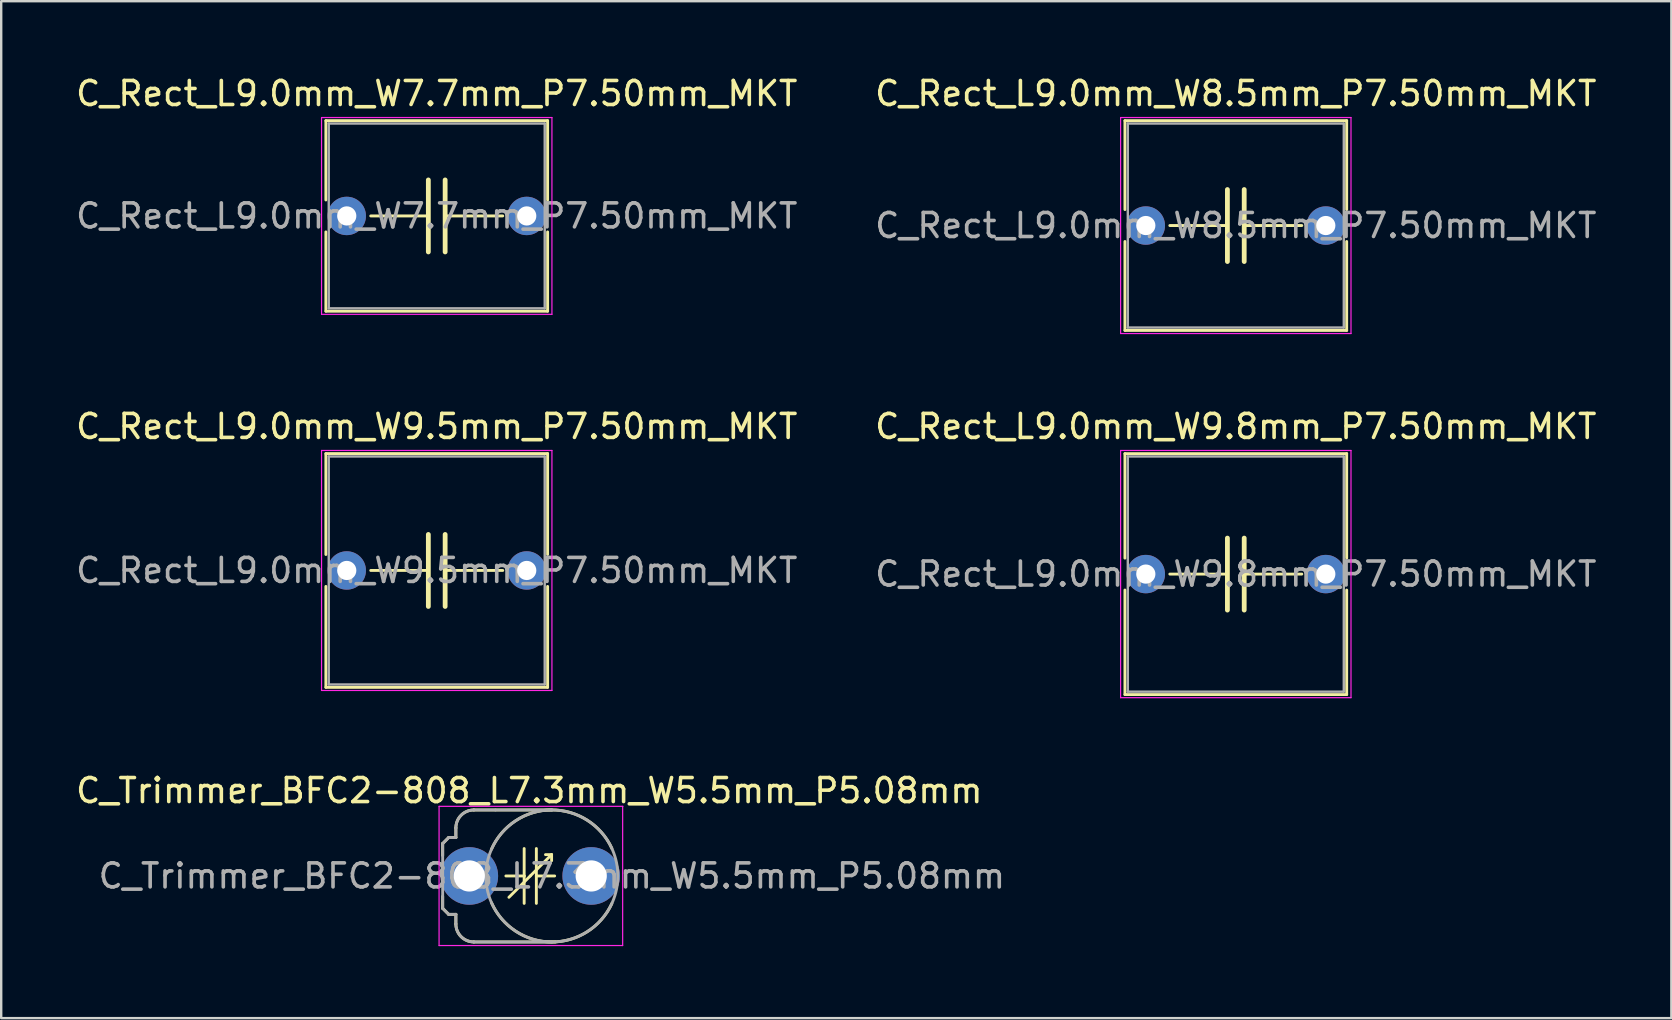
<source format=kicad_pcb>
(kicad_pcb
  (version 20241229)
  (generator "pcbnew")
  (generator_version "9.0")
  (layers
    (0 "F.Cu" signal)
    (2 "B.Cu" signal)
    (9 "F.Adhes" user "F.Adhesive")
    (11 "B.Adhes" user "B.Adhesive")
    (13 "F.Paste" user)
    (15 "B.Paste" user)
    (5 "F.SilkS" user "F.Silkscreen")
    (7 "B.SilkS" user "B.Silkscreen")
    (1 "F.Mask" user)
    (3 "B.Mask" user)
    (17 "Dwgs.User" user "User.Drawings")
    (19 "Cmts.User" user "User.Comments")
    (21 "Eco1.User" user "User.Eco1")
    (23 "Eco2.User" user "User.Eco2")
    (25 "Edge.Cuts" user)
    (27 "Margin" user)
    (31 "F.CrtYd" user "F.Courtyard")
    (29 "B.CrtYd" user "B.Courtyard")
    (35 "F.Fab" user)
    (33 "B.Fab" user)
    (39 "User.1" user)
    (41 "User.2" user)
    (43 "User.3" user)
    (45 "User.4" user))
  (footprint "C_Rect_L9.0mm_W9.8mm_P7.50mm_MKT"
    (layer "F.Cu")
    (at 44.696 20.872)
    (property "Reference" "C_Rect_L9.0mm_W9.8mm_P7.50mm_MKT" (at 3.75 -6.15 0) (layer "F.SilkS") (effects (font (size 1 1) (thickness 0.15))))
    (attr through_hole)
    (fp_line (start -0.87 -5.02) (end -0.87 -0.665) (stroke (width 0.12) (type solid)) (layer "F.SilkS"))
    (fp_line (start -0.87 -5.02) (end 8.37 -5.02) (stroke (width 0.12) (type solid)) (layer "F.SilkS"))
    (fp_line (start -0.87 0.665) (end -0.87 5.02) (stroke (width 0.12) (type solid)) (layer "F.SilkS"))
    (fp_line (start -0.87 5.02) (end 8.37 5.02) (stroke (width 0.12) (type solid)) (layer "F.SilkS"))
    (fp_line (start 1 0) (end 3.4 0) (stroke (width 0.12) (type solid)) (layer "F.SilkS"))
    (fp_line (start 3.4 -1.5) (end 3.4 1.5) (stroke (width 0.2) (type solid)) (layer "F.SilkS"))
    (fp_line (start 4.1 -1.5) (end 4.1 1.5) (stroke (width 0.2) (type solid)) (layer "F.SilkS"))
    (fp_line (start 4.1 0) (end 6.5 0) (stroke (width 0.12) (type solid)) (layer "F.SilkS"))
    (fp_line (start 8.37 -5.02) (end 8.37 -0.665) (stroke (width 0.12) (type solid)) (layer "F.SilkS"))
    (fp_line (start 8.37 0.665) (end 8.37 5.02) (stroke (width 0.12) (type solid)) (layer "F.SilkS"))
    (fp_line (start -1.05 -5.15) (end -1.05 5.15) (stroke (width 0.05) (type solid)) (layer "F.CrtYd"))
    (fp_line (start -1.05 5.15) (end 8.55 5.15) (stroke (width 0.05) (type solid)) (layer "F.CrtYd"))
    (fp_line (start 8.55 -5.15) (end -1.05 -5.15) (stroke (width 0.05) (type solid)) (layer "F.CrtYd"))
    (fp_line (start 8.55 5.15) (end 8.55 -5.15) (stroke (width 0.05) (type solid)) (layer "F.CrtYd"))
    (fp_line (start -0.75 -4.9) (end -0.75 4.9) (stroke (width 0.1) (type solid)) (layer "F.Fab"))
    (fp_line (start -0.75 4.9) (end 8.25 4.9) (stroke (width 0.1) (type solid)) (layer "F.Fab"))
    (fp_line (start 8.25 -4.9) (end -0.75 -4.9) (stroke (width 0.1) (type solid)) (layer "F.Fab"))
    (fp_line (start 8.25 4.9) (end 8.25 -4.9) (stroke (width 0.1) (type solid)) (layer "F.Fab"))
    (fp_text user "${REFERENCE}" (at 3.75 0 0) (layer "F.Fab") (effects (font (size 1 1) (thickness 0.15))))
    (pad "1" thru_hole circle (at 0 0) (size 1.6 1.6) (drill 0.8) (layers "*.Cu" "*.Mask"))
    (pad "2" thru_hole circle (at 7.5 0) (size 1.6 1.6) (drill 0.8) (layers "*.Cu" "*.Mask")))
  (footprint "C_Rect_L9.0mm_W8.5mm_P7.50mm_MKT"
    (layer "F.Cu")
    (at 44.696 6.348)
    (property "Reference" "C_Rect_L9.0mm_W8.5mm_P7.50mm_MKT" (at 3.75 -5.5 0) (layer "F.SilkS") (effects (font (size 1 1) (thickness 0.15))))
    (attr through_hole)
    (fp_line (start -0.87 -4.37) (end -0.87 -0.665) (stroke (width 0.12) (type solid)) (layer "F.SilkS"))
    (fp_line (start -0.87 -4.37) (end 8.37 -4.37) (stroke (width 0.12) (type solid)) (layer "F.SilkS"))
    (fp_line (start -0.87 0.665) (end -0.87 4.37) (stroke (width 0.12) (type solid)) (layer "F.SilkS"))
    (fp_line (start -0.87 4.37) (end 8.37 4.37) (stroke (width 0.12) (type solid)) (layer "F.SilkS"))
    (fp_line (start 1 0) (end 3.4 0) (stroke (width 0.12) (type solid)) (layer "F.SilkS"))
    (fp_line (start 3.4 -1.5) (end 3.4 1.5) (stroke (width 0.2) (type solid)) (layer "F.SilkS"))
    (fp_line (start 4.1 -1.5) (end 4.1 1.5) (stroke (width 0.2) (type solid)) (layer "F.SilkS"))
    (fp_line (start 4.1 0) (end 6.5 0) (stroke (width 0.12) (type solid)) (layer "F.SilkS"))
    (fp_line (start 8.37 -4.37) (end 8.37 -0.665) (stroke (width 0.12) (type solid)) (layer "F.SilkS"))
    (fp_line (start 8.37 0.665) (end 8.37 4.37) (stroke (width 0.12) (type solid)) (layer "F.SilkS"))
    (fp_line (start -1.05 -4.5) (end -1.05 4.5) (stroke (width 0.05) (type solid)) (layer "F.CrtYd"))
    (fp_line (start -1.05 4.5) (end 8.55 4.5) (stroke (width 0.05) (type solid)) (layer "F.CrtYd"))
    (fp_line (start 8.55 -4.5) (end -1.05 -4.5) (stroke (width 0.05) (type solid)) (layer "F.CrtYd"))
    (fp_line (start 8.55 4.5) (end 8.55 -4.5) (stroke (width 0.05) (type solid)) (layer "F.CrtYd"))
    (fp_line (start -0.75 -4.25) (end -0.75 4.25) (stroke (width 0.1) (type solid)) (layer "F.Fab"))
    (fp_line (start -0.75 4.25) (end 8.25 4.25) (stroke (width 0.1) (type solid)) (layer "F.Fab"))
    (fp_line (start 8.25 -4.25) (end -0.75 -4.25) (stroke (width 0.1) (type solid)) (layer "F.Fab"))
    (fp_line (start 8.25 4.25) (end 8.25 -4.25) (stroke (width 0.1) (type solid)) (layer "F.Fab"))
    (fp_text user "${REFERENCE}" (at 3.75 0 0) (layer "F.Fab") (effects (font (size 1 1) (thickness 0.15))))
    (pad "1" thru_hole circle (at 0 0) (size 1.6 1.6) (drill 0.8) (layers "*.Cu" "*.Mask"))
    (pad "2" thru_hole circle (at 7.5 0) (size 1.6 1.6) (drill 0.8) (layers "*.Cu" "*.Mask")))
  (footprint "C_Trimmer_BFC2-808_L7.3mm_W5.5mm_P5.08mm"
    (layer "F.Cu")
    (at 16.506 33.451)
    (property "Reference" "C_Trimmer_BFC2-808_L7.3mm_W5.5mm_P5.08mm" (at 2.5 -3.556 0) (layer "F.SilkS") (effects (font (size 1 1) (thickness 0.15))))
    (attr through_hole)
    (fp_line (start -1.11 -1.35) (end -1.11 -0.85) (stroke (width 0.12) (type solid)) (layer "F.SilkS"))
    (fp_line (start -1.11 1.35) (end -1.11 0.85) (stroke (width 0.12) (type solid)) (layer "F.SilkS"))
    (fp_line (start -1.11 1.35) (end -0.86 1.6) (stroke (width 0.12) (type solid)) (layer "F.SilkS"))
    (fp_line (start -0.86 -1.6) (end -1.11 -1.35) (stroke (width 0.12) (type solid)) (layer "F.SilkS"))
    (fp_line (start -0.76 -1.6) (end -0.86 -1.6) (stroke (width 0.12) (type solid)) (layer "F.SilkS"))
    (fp_line (start -0.56 -2) (end -0.56 -1.6) (stroke (width 0.12) (type solid)) (layer "F.SilkS"))
    (fp_line (start -0.56 -1.6) (end -0.76 -1.6) (stroke (width 0.12) (type solid)) (layer "F.SilkS"))
    (fp_line (start -0.56 1.6) (end -0.86 1.6) (stroke (width 0.12) (type solid)) (layer "F.SilkS"))
    (fp_line (start -0.56 1.6) (end -0.56 2) (stroke (width 0.12) (type solid)) (layer "F.SilkS"))
    (fp_line (start 0.19 -2.75) (end 3.44 -2.75) (stroke (width 0.12) (type solid)) (layer "F.SilkS"))
    (fp_line (start 0.19 2.75) (end 3.59 2.75) (stroke (width 0.12) (type solid)) (layer "F.SilkS"))
    (fp_line (start 1.524 0) (end 2.286 0) (stroke (width 0.12) (type solid)) (layer "F.SilkS"))
    (fp_line (start 2.286 0) (end 2.286 -1.143) (stroke (width 0.12) (type solid)) (layer "F.SilkS"))
    (fp_line (start 2.286 0) (end 2.286 1.143) (stroke (width 0.12) (type solid)) (layer "F.SilkS"))
    (fp_line (start 2.54 0) (end 1.651 0.889) (stroke (width 0.12) (type solid)) (layer "F.SilkS"))
    (fp_line (start 2.54 0) (end 3.429 -0.889) (stroke (width 0.12) (type solid)) (layer "F.SilkS"))
    (fp_line (start 2.794 0) (end 2.794 -1.143) (stroke (width 0.12) (type solid)) (layer "F.SilkS"))
    (fp_line (start 2.794 0) (end 2.794 1.143) (stroke (width 0.12) (type solid)) (layer "F.SilkS"))
    (fp_line (start 3.429 -0.889) (end 3.175 -0.889) (stroke (width 0.12) (type solid)) (layer "F.SilkS"))
    (fp_line (start 3.429 -0.889) (end 3.429 -0.635) (stroke (width 0.12) (type solid)) (layer "F.SilkS"))
    (fp_line (start 3.556 0) (end 2.794 0) (stroke (width 0.12) (type solid)) (layer "F.SilkS"))
    (fp_arc (start -0.56 -2) (mid -0.34033 -2.53033) (end 0.19 -2.75) (stroke (width 0.12) (type solid)) (layer "F.SilkS"))
    (fp_arc (start 0.19 2.75) (mid -0.34033 2.53033) (end -0.56 2) (stroke (width 0.12) (type solid)) (layer "F.SilkS"))
    (fp_arc (start 0.921221 -1.108263) (mid 3.417117 -2.751721) (end 5.939999 -1.149999) (stroke (width 0.12) (type solid)) (layer "F.SilkS"))
    (fp_arc (start 5.939999 1.149999) (mid 3.417117 2.751721) (end 0.921221 1.108263) (stroke (width 0.12) (type solid)) (layer "F.SilkS"))
    (fp_line (start -1.26 -2.9) (end -1.26 2.9) (stroke (width 0.05) (type solid)) (layer "F.CrtYd"))
    (fp_line (start -1.26 2.9) (end 6.39 2.9) (stroke (width 0.05) (type solid)) (layer "F.CrtYd"))
    (fp_line (start 6.39 2.9) (end 6.39 -2.9) (stroke (width 0.05) (type solid)) (layer "F.CrtYd"))
    (fp_line (start 6.4 -2.9) (end -1.26 -2.9) (stroke (width 0.05) (type solid)) (layer "F.CrtYd"))
    (fp_line (start -1.11 -1.35) (end -1.11 0) (stroke (width 0.12) (type solid)) (layer "F.Fab"))
    (fp_line (start -1.11 1.35) (end -1.11 0) (stroke (width 0.12) (type solid)) (layer "F.Fab"))
    (fp_line (start -1.11 1.35) (end -0.86 1.6) (stroke (width 0.12) (type solid)) (layer "F.Fab"))
    (fp_line (start -0.86 -1.6) (end -1.11 -1.35) (stroke (width 0.12) (type solid)) (layer "F.Fab"))
    (fp_line (start -0.76 -1.6) (end -0.86 -1.6) (stroke (width 0.12) (type solid)) (layer "F.Fab"))
    (fp_line (start -0.56 -2) (end -0.56 -1.6) (stroke (width 0.12) (type solid)) (layer "F.Fab"))
    (fp_line (start -0.56 -1.6) (end -0.76 -1.6) (stroke (width 0.12) (type solid)) (layer "F.Fab"))
    (fp_line (start -0.56 1.6) (end -0.86 1.6) (stroke (width 0.12) (type solid)) (layer "F.Fab"))
    (fp_line (start -0.56 1.6) (end -0.56 2) (stroke (width 0.12) (type solid)) (layer "F.Fab"))
    (fp_line (start 1.09 -2.75) (end 0.19 -2.75) (stroke (width 0.12) (type solid)) (layer "F.Fab"))
    (fp_line (start 3.44 -2.75) (end 1.09 -2.75) (stroke (width 0.12) (type solid)) (layer "F.Fab"))
    (fp_line (start 3.44 2.75) (end 0.19 2.75) (stroke (width 0.12) (type solid)) (layer "F.Fab"))
    (fp_arc (start -0.56 -2) (mid -0.34033 -2.53033) (end 0.19 -2.75) (stroke (width 0.12) (type solid)) (layer "F.Fab"))
    (fp_arc (start 0.19 2.75) (mid -0.34033 2.53033) (end -0.56 2) (stroke (width 0.12) (type solid)) (layer "F.Fab"))
    (fp_arc (start 3.44 -2.75) (mid 6.19 0) (end 3.44 2.75) (stroke (width 0.12) (type solid)) (layer "F.Fab"))
    (fp_arc (start 3.44 2.75) (mid 0.69 0) (end 3.44 -2.75) (stroke (width 0.12) (type solid)) (layer "F.Fab"))
    (fp_text user "${REFERENCE}" (at 3.44 0 0) (layer "F.Fab") (effects (font (size 1 1) (thickness 0.15))))
    (pad "1" thru_hole circle (at 0 0) (size 2.4 2.4) (drill 1.3) (layers "*.Cu" "*.Mask"))
    (pad "2" thru_hole circle (at 5.08 0) (size 2.4 2.4) (drill 1.3) (layers "*.Cu" "*.Mask")))
  (footprint "C_Rect_L9.0mm_W9.5mm_P7.50mm_MKT"
    (layer "F.Cu")
    (at 11.399 20.721)
    (property "Reference" "C_Rect_L9.0mm_W9.5mm_P7.50mm_MKT" (at 3.75 -6 0) (layer "F.SilkS") (effects (font (size 1 1) (thickness 0.15))))
    (attr through_hole)
    (fp_line (start -0.87 -4.87) (end -0.87 -0.665) (stroke (width 0.12) (type solid)) (layer "F.SilkS"))
    (fp_line (start -0.87 -4.87) (end 8.37 -4.87) (stroke (width 0.12) (type solid)) (layer "F.SilkS"))
    (fp_line (start -0.87 0.665) (end -0.87 4.87) (stroke (width 0.12) (type solid)) (layer "F.SilkS"))
    (fp_line (start -0.87 4.87) (end 8.37 4.87) (stroke (width 0.12) (type solid)) (layer "F.SilkS"))
    (fp_line (start 1 0) (end 3.4 0) (stroke (width 0.12) (type solid)) (layer "F.SilkS"))
    (fp_line (start 3.4 -1.5) (end 3.4 1.5) (stroke (width 0.2) (type solid)) (layer "F.SilkS"))
    (fp_line (start 4.1 -1.5) (end 4.1 1.5) (stroke (width 0.2) (type solid)) (layer "F.SilkS"))
    (fp_line (start 4.1 0) (end 6.5 0) (stroke (width 0.12) (type solid)) (layer "F.SilkS"))
    (fp_line (start 8.37 -4.87) (end 8.37 -0.665) (stroke (width 0.12) (type solid)) (layer "F.SilkS"))
    (fp_line (start 8.37 0.665) (end 8.37 4.87) (stroke (width 0.12) (type solid)) (layer "F.SilkS"))
    (fp_line (start -1.05 -5) (end -1.05 5) (stroke (width 0.05) (type solid)) (layer "F.CrtYd"))
    (fp_line (start -1.05 5) (end 8.55 5) (stroke (width 0.05) (type solid)) (layer "F.CrtYd"))
    (fp_line (start 8.55 -5) (end -1.05 -5) (stroke (width 0.05) (type solid)) (layer "F.CrtYd"))
    (fp_line (start 8.55 5) (end 8.55 -5) (stroke (width 0.05) (type solid)) (layer "F.CrtYd"))
    (fp_line (start -0.75 -4.75) (end -0.75 4.75) (stroke (width 0.1) (type solid)) (layer "F.Fab"))
    (fp_line (start -0.75 4.75) (end 8.25 4.75) (stroke (width 0.1) (type solid)) (layer "F.Fab"))
    (fp_line (start 8.25 -4.75) (end -0.75 -4.75) (stroke (width 0.1) (type solid)) (layer "F.Fab"))
    (fp_line (start 8.25 4.75) (end 8.25 -4.75) (stroke (width 0.1) (type solid)) (layer "F.Fab"))
    (fp_text user "${REFERENCE}" (at 3.75 0 0) (layer "F.Fab") (effects (font (size 1 1) (thickness 0.15))))
    (pad "1" thru_hole circle (at 0 0) (size 1.6 1.6) (drill 0.8) (layers "*.Cu" "*.Mask"))
    (pad "2" thru_hole circle (at 7.5 0) (size 1.6 1.6) (drill 0.8) (layers "*.Cu" "*.Mask")))
  (footprint "C_Rect_L9.0mm_W7.7mm_P7.50mm_MKT"
    (layer "F.Cu")
    (at 11.399 5.948)
    (property "Reference" "C_Rect_L9.0mm_W7.7mm_P7.50mm_MKT" (at 3.75 -5.1 0) (layer "F.SilkS") (effects (font (size 1 1) (thickness 0.15))))
    (attr through_hole)
    (fp_line (start -0.87 -3.97) (end -0.87 -0.665) (stroke (width 0.12) (type solid)) (layer "F.SilkS"))
    (fp_line (start -0.87 -3.97) (end 8.37 -3.97) (stroke (width 0.12) (type solid)) (layer "F.SilkS"))
    (fp_line (start -0.87 0.665) (end -0.87 3.97) (stroke (width 0.12) (type solid)) (layer "F.SilkS"))
    (fp_line (start -0.87 3.97) (end 8.37 3.97) (stroke (width 0.12) (type solid)) (layer "F.SilkS"))
    (fp_line (start 1 0) (end 3.4 0) (stroke (width 0.12) (type solid)) (layer "F.SilkS"))
    (fp_line (start 3.4 -1.5) (end 3.4 1.5) (stroke (width 0.2) (type solid)) (layer "F.SilkS"))
    (fp_line (start 4.1 -1.5) (end 4.1 1.5) (stroke (width 0.2) (type solid)) (layer "F.SilkS"))
    (fp_line (start 4.1 0) (end 6.5 0) (stroke (width 0.12) (type solid)) (layer "F.SilkS"))
    (fp_line (start 8.37 -3.97) (end 8.37 -0.665) (stroke (width 0.12) (type solid)) (layer "F.SilkS"))
    (fp_line (start 8.37 0.665) (end 8.37 3.97) (stroke (width 0.12) (type solid)) (layer "F.SilkS"))
    (fp_line (start -1.05 -4.1) (end -1.05 4.1) (stroke (width 0.05) (type solid)) (layer "F.CrtYd"))
    (fp_line (start -1.05 4.1) (end 8.55 4.1) (stroke (width 0.05) (type solid)) (layer "F.CrtYd"))
    (fp_line (start 8.55 -4.1) (end -1.05 -4.1) (stroke (width 0.05) (type solid)) (layer "F.CrtYd"))
    (fp_line (start 8.55 4.1) (end 8.55 -4.1) (stroke (width 0.05) (type solid)) (layer "F.CrtYd"))
    (fp_line (start -0.75 -3.85) (end -0.75 3.85) (stroke (width 0.1) (type solid)) (layer "F.Fab"))
    (fp_line (start -0.75 3.85) (end 8.25 3.85) (stroke (width 0.1) (type solid)) (layer "F.Fab"))
    (fp_line (start 8.25 -3.85) (end -0.75 -3.85) (stroke (width 0.1) (type solid)) (layer "F.Fab"))
    (fp_line (start 8.25 3.85) (end 8.25 -3.85) (stroke (width 0.1) (type solid)) (layer "F.Fab"))
    (fp_text user "${REFERENCE}" (at 3.75 0 0) (layer "F.Fab") (effects (font (size 1 1) (thickness 0.15))))
    (pad "1" thru_hole circle (at 0 0) (size 1.6 1.6) (drill 0.8) (layers "*.Cu" "*.Mask"))
    (pad "2" thru_hole circle (at 7.5 0) (size 1.6 1.6) (drill 0.8) (layers "*.Cu" "*.Mask")))
  (gr_rect
    (start -3 -3)
    (end 66.595 39.376)
    (stroke (width 0.1) (type default))
    (fill no)
    (layer "Edge.Cuts")))
</source>
